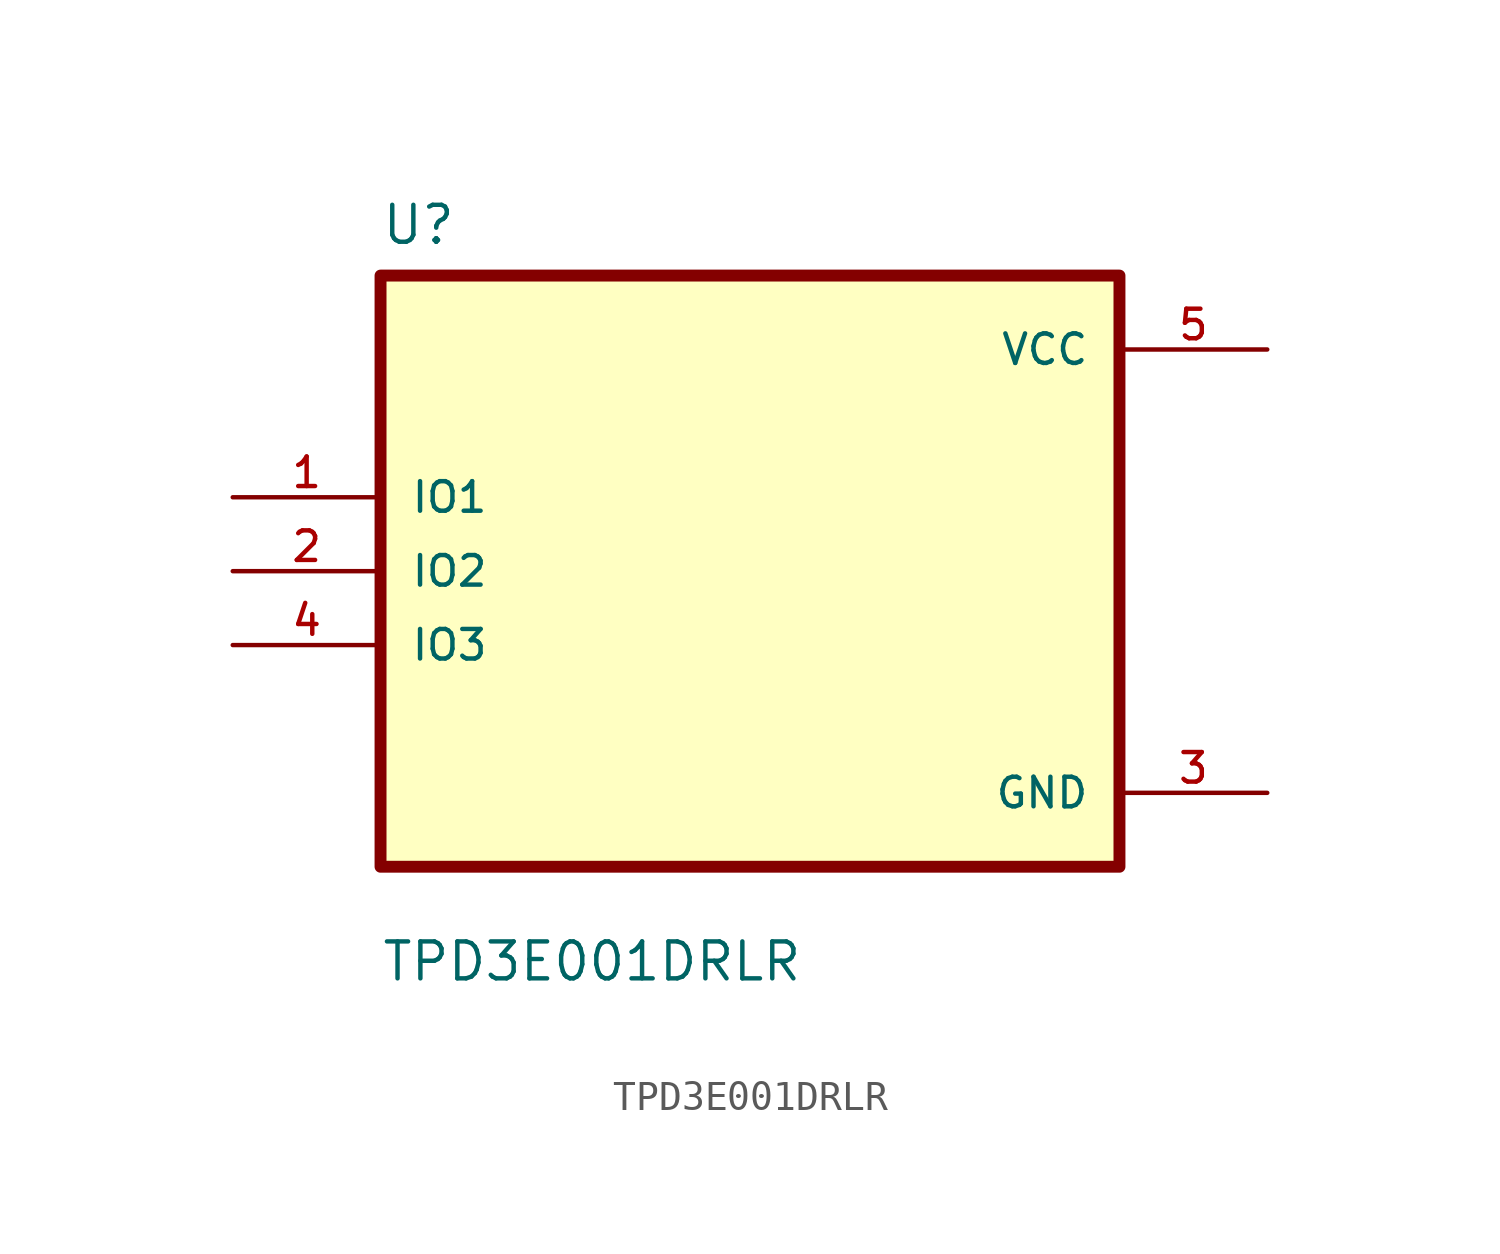
<source format=kicad_sym>
(kicad_symbol_lib
  (version 20211014)
  (generator kicad_symbol_editor)
  (symbol "TPD3E001DRLR"
    (pin_names
      (offset 1.016))
    (property "Reference" "U"
      (at -12.7 11.16 0.0)
      (effects (font (size 1.27 1.27)) (justify bottom left)))
    (property "Value" "TPD3E001DRLR"
      (at -12.7 -14.16 0.0)
      (effects (font (size 1.27 1.27)) (justify bottom left)))
    (symbol "TPD3E001DRLR_0_0"
      (rectangle (start -12.7 -10.16) (end 12.7 10.16) (stroke (width 0.41)) (fill (type background)))
      (pin bidirectional line (at -17.78 2.54 0) (length 5.08) (name "IO1" (effects (font (size 1.016 1.016)))) (number "1" (effects (font (size 1.016 1.016)))))
      (pin bidirectional line (at -17.78 0.0 0) (length 5.08) (name "IO2" (effects (font (size 1.016 1.016)))) (number "2" (effects (font (size 1.016 1.016)))))
      (pin bidirectional line (at -17.78 -2.54 0) (length 5.08) (name "IO3" (effects (font (size 1.016 1.016)))) (number "4" (effects (font (size 1.016 1.016)))))
      (pin power_in line (at 17.78 7.62 180.0) (length 5.08) (name "VCC" (effects (font (size 1.016 1.016)))) (number "5" (effects (font (size 1.016 1.016)))))
      (pin power_in line (at 17.78 -7.62 180.0) (length 5.08) (name "GND" (effects (font (size 1.016 1.016)))) (number "3" (effects (font (size 1.016 1.016))))))))
</source>
